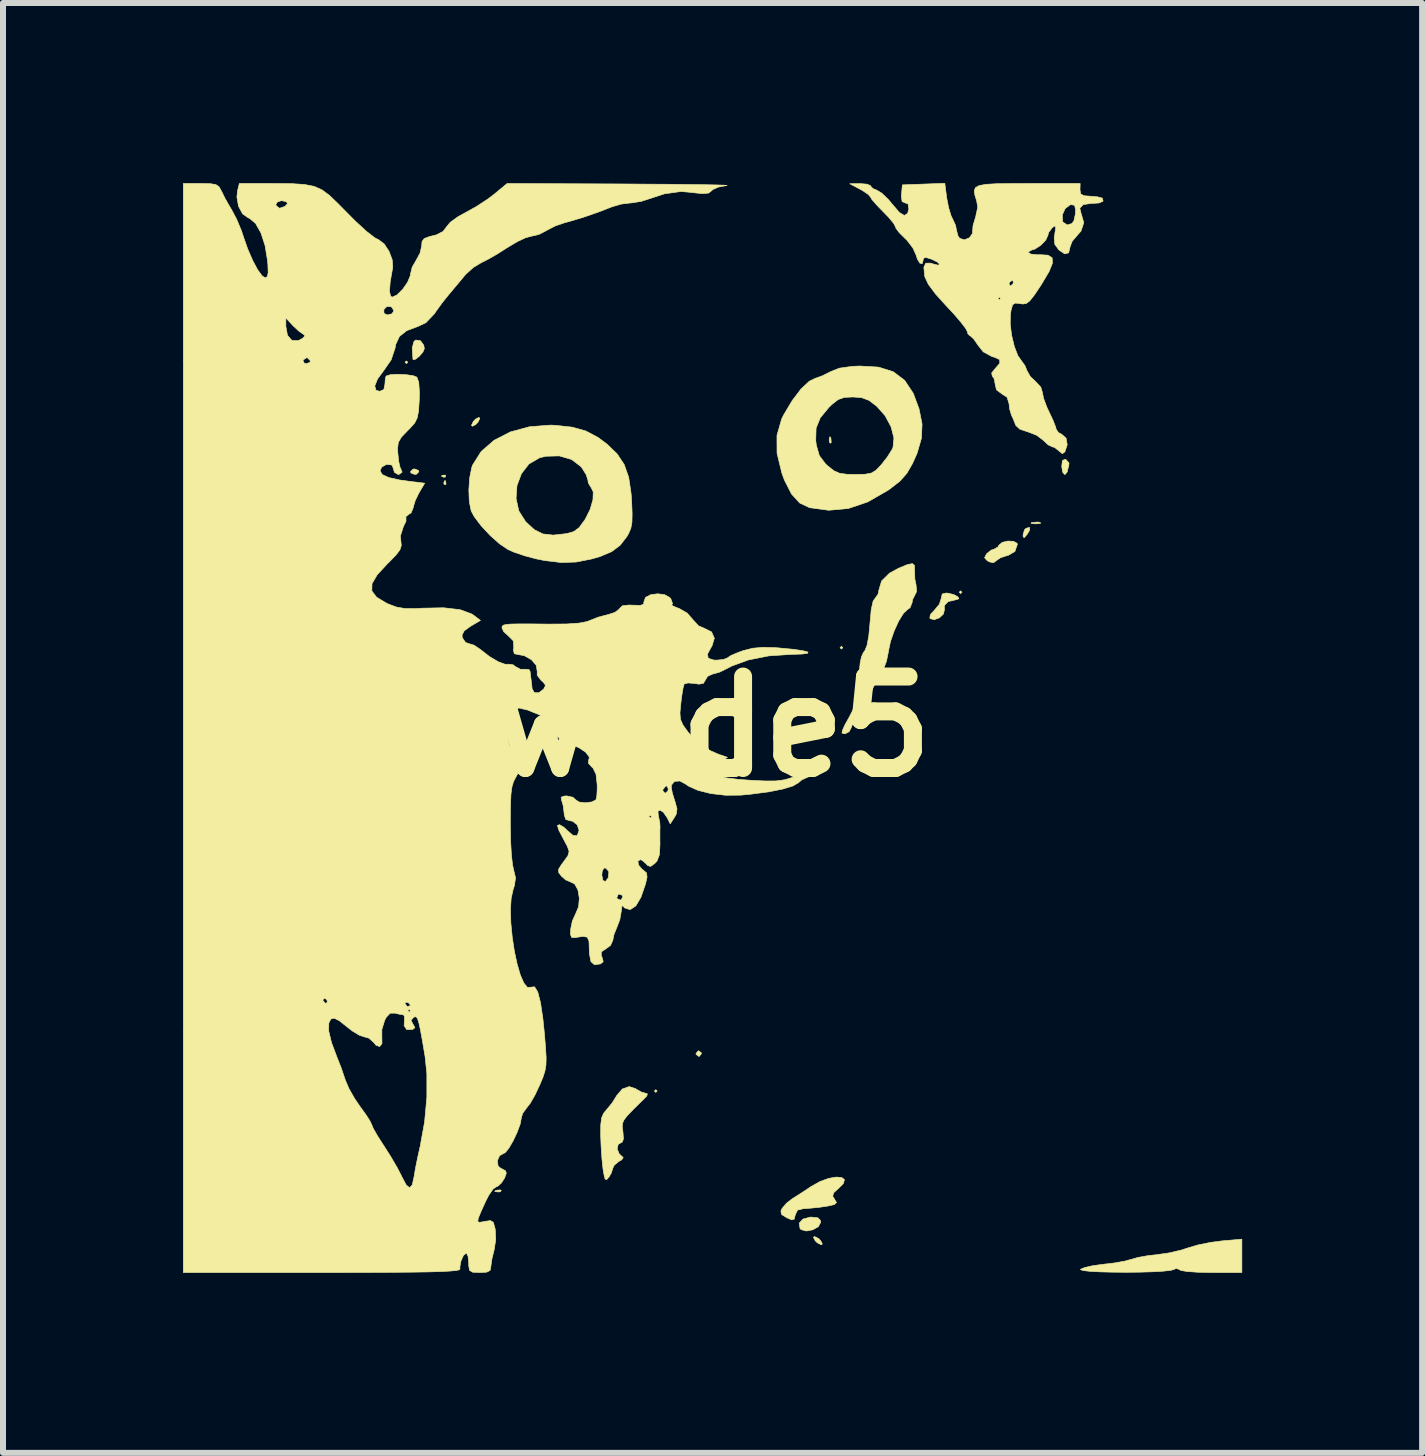
<source format=kicad_pcb>
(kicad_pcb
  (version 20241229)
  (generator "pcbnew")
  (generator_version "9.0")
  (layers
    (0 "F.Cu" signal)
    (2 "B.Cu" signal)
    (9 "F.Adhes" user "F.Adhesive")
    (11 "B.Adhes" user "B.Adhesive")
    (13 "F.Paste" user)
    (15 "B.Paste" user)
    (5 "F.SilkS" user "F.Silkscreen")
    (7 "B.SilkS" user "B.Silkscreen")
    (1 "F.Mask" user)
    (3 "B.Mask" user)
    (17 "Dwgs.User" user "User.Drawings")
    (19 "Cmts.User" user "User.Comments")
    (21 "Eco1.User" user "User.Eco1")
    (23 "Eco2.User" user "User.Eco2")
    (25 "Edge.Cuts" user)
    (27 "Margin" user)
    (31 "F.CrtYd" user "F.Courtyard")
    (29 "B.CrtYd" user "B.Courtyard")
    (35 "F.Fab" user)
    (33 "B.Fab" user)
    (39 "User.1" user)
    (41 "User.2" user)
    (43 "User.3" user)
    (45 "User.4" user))
  (footprint "wilde5"
    (layer "F.Cu")
    (at 8.826 9.06)
    (property "Reference" "wilde5" (at 0 0 0) (layer "F.SilkS") (effects (font (size 1.524 1.524) (thickness 0.3))))
    (attr through_hole)
    (fp_poly (pts (xy -5.08 -6.073) (xy -5.103 -6.05) (xy -5.126 -6.073) (xy -5.103 -6.096) (xy -5.08 -6.073)) (stroke (width 0.01) (type solid)) (fill yes) (layer "F.SilkS"))
    (fp_poly (pts (xy -0.924 6.073) (xy -0.947 6.096) (xy -0.97 6.073) (xy -0.947 6.05) (xy -0.924 6.073)) (stroke (width 0.01) (type solid)) (fill yes) (layer "F.SilkS"))
    (fp_poly (pts (xy 2.171 -1.316) (xy 2.147 -1.293) (xy 2.124 -1.316) (xy 2.147 -1.339) (xy 2.171 -1.316)) (stroke (width 0.01) (type solid)) (fill yes) (layer "F.SilkS"))
    (fp_poly (pts (xy 4.156 -2.24) (xy 4.133 -2.217) (xy 4.11 -2.24) (xy 4.133 -2.263) (xy 4.156 -2.24)) (stroke (width 0.01) (type solid)) (fill yes) (layer "F.SilkS"))
    (fp_poly (pts (xy -4.449 -4.187) (xy -4.455 -4.16) (xy -4.48 -4.156) (xy -4.518 -4.173) (xy -4.51 -4.187) (xy -4.456 -4.193) (xy -4.449 -4.187)) (stroke (width 0.01) (type solid)) (fill yes) (layer "F.SilkS"))
    (fp_poly (pts (xy -4.449 -4.095) (xy -4.443 -4.04) (xy -4.449 -4.033) (xy -4.476 -4.04) (xy -4.48 -4.064) (xy -4.463 -4.102) (xy -4.449 -4.095)) (stroke (width 0.01) (type solid)) (fill yes) (layer "F.SilkS"))
    (fp_poly (pts (xy -3.522 7.731) (xy -3.536 7.752) (xy -3.583 7.755) (xy -3.632 7.744) (xy -3.611 7.727) (xy -3.539 7.721) (xy -3.522 7.731)) (stroke (width 0.01) (type solid)) (fill yes) (layer "F.SilkS"))
    (fp_poly (pts (xy 1.971 -4.812) (xy 1.977 -4.739) (xy 1.968 -4.723) (xy 1.947 -4.737) (xy 1.943 -4.784) (xy 1.955 -4.833) (xy 1.971 -4.812)) (stroke (width 0.01) (type solid)) (fill yes) (layer "F.SilkS"))
    (fp_poly (pts (xy -4.903 -4.27) (xy -4.895 -4.249) (xy -4.933 -4.208) (xy -4.965 -4.203) (xy -5.026 -4.227) (xy -5.034 -4.249) (xy -4.996 -4.29) (xy -4.965 -4.295) (xy -4.903 -4.27)) (stroke (width 0.01) (type solid)) (fill yes) (layer "F.SilkS"))
    (fp_poly (pts (xy -3.879 -5.137) (xy -3.911 -5.072) (xy -3.949 -5.034) (xy -4.004 -5.006) (xy -4.018 -5.023) (xy -3.986 -5.088) (xy -3.949 -5.126) (xy -3.893 -5.154) (xy -3.879 -5.137)) (stroke (width 0.01) (type solid)) (fill yes) (layer "F.SilkS"))
    (fp_poly (pts (xy -3.049 0.682) (xy -3.048 0.693) (xy -3.084 0.737) (xy -3.097 0.739) (xy -3.124 0.711) (xy -3.117 0.693) (xy -3.076 0.649) (xy -3.068 0.647) (xy -3.049 0.682)) (stroke (width 0.01) (type solid)) (fill yes) (layer "F.SilkS"))
    (fp_poly (pts (xy -0.186 5.438) (xy -0.185 5.449) (xy -0.22 5.494) (xy -0.231 5.496) (xy -0.276 5.46) (xy -0.277 5.449) (xy -0.242 5.405) (xy -0.231 5.403) (xy -0.186 5.438)) (stroke (width 0.01) (type solid)) (fill yes) (layer "F.SilkS"))
    (fp_poly (pts (xy 1.763 8.529) (xy 1.801 8.567) (xy 1.829 8.622) (xy 1.812 8.636) (xy 1.747 8.604) (xy 1.709 8.567) (xy 1.681 8.511) (xy 1.697 8.497) (xy 1.763 8.529)) (stroke (width 0.01) (type solid)) (fill yes) (layer "F.SilkS"))
    (fp_poly (pts (xy 5.285 -3.278) (xy 5.243 -3.206) (xy 5.193 -3.148) (xy 5.176 -3.165) (xy 5.174 -3.195) (xy 5.198 -3.28) (xy 5.222 -3.304) (xy 5.281 -3.321) (xy 5.285 -3.278)) (stroke (width 0.01) (type solid)) (fill yes) (layer "F.SilkS"))
    (fp_poly (pts (xy 5.462 -3.402) (xy 5.463 -3.386) (xy 5.391 -3.38) (xy 5.38 -3.38) (xy 5.309 -3.387) (xy 5.315 -3.401) (xy 5.323 -3.403) (xy 5.424 -3.41) (xy 5.462 -3.402)) (stroke (width 0.01) (type solid)) (fill yes) (layer "F.SilkS"))
    (fp_poly (pts (xy -4.869 -6.432) (xy -4.814 -6.358) (xy -4.804 -6.299) (xy -4.828 -6.242) (xy -4.885 -6.176) (xy -4.948 -6.125) (xy -4.989 -6.115) (xy -4.994 -6.123) (xy -5.006 -6.312) (xy -4.977 -6.419) (xy -4.947 -6.443) (xy -4.869 -6.432)) (stroke (width 0.01) (type solid)) (fill yes) (layer "F.SilkS"))
    (fp_poly (pts (xy -3.036 0.318) (xy -3.037 0.33) (xy -3.05 0.407) (xy -3.059 0.487) (xy -3.079 0.573) (xy -3.107 0.6) (xy -3.129 0.56) (xy -3.134 0.459) (xy -3.132 0.427) (xy -3.112 0.32) (xy -3.08 0.27) (xy -3.071 0.27) (xy -3.036 0.318)) (stroke (width 0.01) (type solid)) (fill yes) (layer "F.SilkS"))
    (fp_poly (pts (xy 1.755 8.186) (xy 1.798 8.23) (xy 1.801 8.261) (xy 1.762 8.334) (xy 1.669 8.386) (xy 1.561 8.406) (xy 1.474 8.382) (xy 1.457 8.363) (xy 1.444 8.275) (xy 1.506 8.207) (xy 1.625 8.175) (xy 1.644 8.174) (xy 1.755 8.186)) (stroke (width 0.01) (type solid)) (fill yes) (layer "F.SilkS"))
    (fp_poly (pts (xy 5.891 -4.449) (xy 5.94 -4.393) (xy 5.937 -4.354) (xy 5.914 -4.268) (xy 5.911 -4.245) (xy 5.876 -4.204) (xy 5.865 -4.203) (xy 5.833 -4.243) (xy 5.819 -4.339) (xy 5.819 -4.34) (xy 5.83 -4.434) (xy 5.871 -4.455) (xy 5.891 -4.449)) (stroke (width 0.01) (type solid)) (fill yes) (layer "F.SilkS"))
    (fp_poly (pts (xy 3.925 -2.224) (xy 4.021 -2.2) (xy 4.088 -2.163) (xy 4.105 -2.131) (xy 4.073 -2.119) (xy 3.926 -2.084) (xy 3.862 -2.018) (xy 3.864 -1.948) (xy 3.846 -1.875) (xy 3.778 -1.813) (xy 3.694 -1.782) (xy 3.627 -1.8) (xy 3.62 -1.809) (xy 3.63 -1.869) (xy 3.698 -1.942) (xy 3.779 -2.038) (xy 3.809 -2.132) (xy 3.827 -2.211) (xy 3.896 -2.227) (xy 3.925 -2.224)) (stroke (width 0.01) (type solid)) (fill yes) (layer "F.SilkS"))
    (fp_poly (pts (xy 5.016 -3.088) (xy 5.075 -3.055) (xy 5.079 -3.036) (xy 5.038 -2.919) (xy 4.926 -2.854) (xy 4.904 -2.85) (xy 4.797 -2.814) (xy 4.747 -2.78) (xy 4.681 -2.731) (xy 4.613 -2.746) (xy 4.575 -2.768) (xy 4.533 -2.814) (xy 4.565 -2.878) (xy 4.569 -2.883) (xy 4.645 -2.943) (xy 4.688 -2.956) (xy 4.754 -2.993) (xy 4.773 -3.025) (xy 4.828 -3.071) (xy 4.922 -3.093) (xy 5.016 -3.088)) (stroke (width 0.01) (type solid)) (fill yes) (layer "F.SilkS"))
    (fp_poly (pts (xy 2.153 7.514) (xy 2.197 7.549) (xy 2.181 7.613) (xy 2.1 7.694) (xy 2.017 7.77) (xy 2.002 7.826) (xy 2.029 7.87) (xy 2.065 7.932) (xy 2.03 7.964) (xy 2.026 7.966) (xy 1.921 7.99) (xy 1.764 8.013) (xy 1.593 8.029) (xy 1.516 8.033) (xy 1.416 8.057) (xy 1.377 8.138) (xy 1.377 8.141) (xy 1.359 8.21) (xy 1.315 8.219) (xy 1.235 8.184) (xy 1.15 8.131) (xy 1.138 8.074) (xy 1.156 8.033) (xy 1.23 7.944) (xy 1.329 7.867) (xy 1.447 7.793) (xy 1.591 7.699) (xy 1.639 7.666) (xy 1.789 7.582) (xy 1.934 7.529) (xy 2.06 7.507) (xy 2.153 7.514)) (stroke (width 0.01) (type solid)) (fill yes) (layer "F.SilkS"))
    (fp_poly (pts (xy 8.821 9.098) (xy 8.315 9.098) (xy 8.085 9.093) (xy 7.909 9.081) (xy 7.804 9.063) (xy 7.78 9.049) (xy 7.726 9.028) (xy 7.697 9.044) (xy 7.634 9.062) (xy 7.504 9.076) (xy 7.325 9.086) (xy 7.113 9.092) (xy 6.887 9.094) (xy 6.663 9.092) (xy 6.457 9.087) (xy 6.289 9.078) (xy 6.174 9.065) (xy 6.13 9.048) (xy 6.132 9.044) (xy 6.202 9.014) (xy 6.336 8.984) (xy 6.506 8.961) (xy 6.521 8.959) (xy 6.707 8.937) (xy 6.873 8.907) (xy 6.981 8.877) (xy 6.982 8.877) (xy 7.095 8.845) (xy 7.26 8.816) (xy 7.398 8.801) (xy 7.601 8.772) (xy 7.81 8.724) (xy 7.92 8.688) (xy 8.09 8.638) (xy 8.303 8.595) (xy 8.486 8.571) (xy 8.821 8.542) (xy 8.821 9.098)) (stroke (width 0.01) (type solid)) (fill yes) (layer "F.SilkS"))
    (fp_poly (pts (xy -1.281 6.034) (xy -1.268 6.045) (xy -1.187 6.09) (xy -1.14 6.103) (xy -1.086 6.12) (xy -1.097 6.156) (xy -1.151 6.211) (xy -1.311 6.369) (xy -1.417 6.478) (xy -1.477 6.555) (xy -1.503 6.616) (xy -1.505 6.679) (xy -1.494 6.753) (xy -1.486 6.873) (xy -1.507 6.926) (xy -1.513 6.927) (xy -1.574 6.962) (xy -1.59 7.04) (xy -1.557 7.119) (xy -1.54 7.135) (xy -1.49 7.182) (xy -1.514 7.219) (xy -1.562 7.246) (xy -1.639 7.309) (xy -1.663 7.359) (xy -1.688 7.44) (xy -1.727 7.506) (xy -1.767 7.551) (xy -1.792 7.539) (xy -1.812 7.457) (xy -1.826 7.372) (xy -1.844 7.205) (xy -1.858 6.995) (xy -1.865 6.818) (xy -1.864 6.636) (xy -1.849 6.519) (xy -1.814 6.44) (xy -1.769 6.387) (xy -1.673 6.27) (xy -1.595 6.145) (xy -1.504 6.039) (xy -1.39 5.999) (xy -1.281 6.034)) (stroke (width 0.01) (type solid)) (fill yes) (layer "F.SilkS"))
    (fp_poly (pts (xy 3.365 -2.686) (xy 3.367 -2.603) (xy 3.366 -2.598) (xy 3.371 -2.458) (xy 3.391 -2.362) (xy 3.4 -2.251) (xy 3.376 -2.203) (xy 3.332 -2.115) (xy 3.325 -2.067) (xy 3.291 -1.982) (xy 3.253 -1.955) (xy 3.183 -1.891) (xy 3.103 -1.763) (xy 3.027 -1.597) (xy 2.965 -1.42) (xy 2.931 -1.258) (xy 2.93 -1.247) (xy 2.898 -1.09) (xy 2.846 -0.953) (xy 2.828 -0.924) (xy 2.749 -0.799) (xy 2.675 -0.649) (xy 2.592 -0.445) (xy 2.564 -0.371) (xy 2.499 -0.234) (xy 2.425 -0.128) (xy 2.398 -0.103) (xy 2.328 -0.03) (xy 2.309 0.021) (xy 2.276 0.084) (xy 2.208 0.12) (xy 2.156 0.108) (xy 2.165 0.059) (xy 2.212 -0.043) (xy 2.275 -0.154) (xy 2.366 -0.333) (xy 2.414 -0.507) (xy 2.432 -0.693) (xy 2.445 -0.915) (xy 2.46 -1.065) (xy 2.481 -1.163) (xy 2.511 -1.231) (xy 2.539 -1.269) (xy 2.574 -1.355) (xy 2.603 -1.51) (xy 2.622 -1.711) (xy 2.623 -1.723) (xy 2.644 -1.953) (xy 2.676 -2.093) (xy 2.708 -2.138) (xy 2.759 -2.21) (xy 2.772 -2.277) (xy 2.817 -2.428) (xy 2.948 -2.557) (xy 3.098 -2.639) (xy 3.247 -2.701) (xy 3.331 -2.717) (xy 3.365 -2.686)) (stroke (width 0.01) (type solid)) (fill yes) (layer "F.SilkS"))
    (fp_poly (pts (xy 2.764 -5.992) (xy 3.011 -5.915) (xy 3.201 -5.771) (xy 3.345 -5.554) (xy 3.441 -5.295) (xy 3.491 -5.043) (xy 3.481 -4.807) (xy 3.409 -4.558) (xy 3.333 -4.387) (xy 3.238 -4.222) (xy 3.121 -4.09) (xy 2.952 -3.959) (xy 2.925 -3.94) (xy 2.586 -3.745) (xy 2.261 -3.635) (xy 1.936 -3.606) (xy 1.617 -3.649) (xy 1.453 -3.726) (xy 1.315 -3.877) (xy 1.197 -4.109) (xy 1.155 -4.223) (xy 1.074 -4.557) (xy 1.073 -4.768) (xy 1.719 -4.768) (xy 1.729 -4.69) (xy 1.779 -4.516) (xy 1.884 -4.377) (xy 1.921 -4.344) (xy 2.022 -4.264) (xy 2.118 -4.222) (xy 2.245 -4.205) (xy 2.375 -4.203) (xy 2.539 -4.206) (xy 2.644 -4.225) (xy 2.722 -4.271) (xy 2.806 -4.358) (xy 2.815 -4.369) (xy 2.914 -4.496) (xy 2.99 -4.617) (xy 3.007 -4.654) (xy 3.022 -4.811) (xy 2.975 -4.996) (xy 2.874 -5.183) (xy 2.737 -5.338) (xy 2.607 -5.437) (xy 2.484 -5.483) (xy 2.338 -5.494) (xy 2.195 -5.487) (xy 2.092 -5.451) (xy 1.988 -5.369) (xy 1.937 -5.319) (xy 1.794 -5.146) (xy 1.725 -4.974) (xy 1.719 -4.768) (xy 1.073 -4.768) (xy 1.073 -4.854) (xy 1.151 -5.127) (xy 1.185 -5.196) (xy 1.329 -5.437) (xy 1.475 -5.629) (xy 1.611 -5.756) (xy 1.706 -5.803) (xy 1.829 -5.847) (xy 1.963 -5.914) (xy 1.966 -5.916) (xy 2.113 -5.974) (xy 2.324 -6.004) (xy 2.451 -6.01) (xy 2.764 -5.992)) (stroke (width 0.01) (type solid)) (fill yes) (layer "F.SilkS"))
    (fp_poly (pts (xy -2.623 -5.022) (xy -2.339 -4.991) (xy -2.112 -4.927) (xy -1.91 -4.82) (xy -1.763 -4.711) (xy -1.591 -4.546) (xy -1.473 -4.368) (xy -1.398 -4.155) (xy -1.358 -3.883) (xy -1.349 -3.756) (xy -1.341 -3.547) (xy -1.344 -3.405) (xy -1.363 -3.303) (xy -1.4 -3.217) (xy -1.426 -3.172) (xy -1.54 -3.023) (xy -1.683 -2.916) (xy -1.88 -2.833) (xy -2.017 -2.794) (xy -2.275 -2.743) (xy -2.523 -2.735) (xy -2.799 -2.768) (xy -2.943 -2.797) (xy -3.131 -2.847) (xy -3.313 -2.909) (xy -3.41 -2.952) (xy -3.551 -3.047) (xy -3.708 -3.187) (xy -3.857 -3.347) (xy -3.973 -3.501) (xy -4.023 -3.594) (xy -4.054 -3.745) (xy -4.057 -3.802) (xy -3.275 -3.802) (xy -3.229 -3.594) (xy -3.115 -3.414) (xy -3.113 -3.412) (xy -2.969 -3.281) (xy -2.827 -3.211) (xy -2.657 -3.192) (xy -2.432 -3.217) (xy -2.314 -3.25) (xy -2.224 -3.317) (xy -2.131 -3.444) (xy -2.121 -3.459) (xy -2.04 -3.622) (xy -1.994 -3.781) (xy -1.989 -3.913) (xy -2.028 -3.992) (xy -2.032 -3.995) (xy -2.071 -4.06) (xy -2.078 -4.109) (xy -2.107 -4.199) (xy -2.177 -4.312) (xy -2.196 -4.335) (xy -2.351 -4.453) (xy -2.556 -4.512) (xy -2.781 -4.506) (xy -2.885 -4.48) (xy -3.06 -4.378) (xy -3.186 -4.216) (xy -3.26 -4.017) (xy -3.275 -3.802) (xy -4.057 -3.802) (xy -4.062 -3.944) (xy -4.048 -4.15) (xy -4.013 -4.322) (xy -4.001 -4.357) (xy -3.857 -4.585) (xy -3.642 -4.772) (xy -3.369 -4.912) (xy -3.051 -4.998) (xy -2.702 -5.025) (xy -2.623 -5.022)) (stroke (width 0.01) (type solid)) (fill yes) (layer "F.SilkS"))
    (fp_poly (pts (xy 3.902 -8.811) (xy 3.933 -8.65) (xy 3.975 -8.513) (xy 3.999 -8.464) (xy 4.05 -8.353) (xy 4.064 -8.277) (xy 4.091 -8.176) (xy 4.117 -8.139) (xy 4.196 -8.113) (xy 4.28 -8.147) (xy 4.331 -8.219) (xy 4.333 -8.258) (xy 4.341 -8.353) (xy 4.378 -8.476) (xy 4.382 -8.484) (xy 4.391 -8.528) (xy 5.828 -8.528) (xy 5.833 -8.423) (xy 5.84 -8.408) (xy 5.911 -8.361) (xy 5.989 -8.385) (xy 6.022 -8.432) (xy 6.045 -8.537) (xy 6.05 -8.612) (xy 6.033 -8.69) (xy 5.97 -8.699) (xy 5.957 -8.695) (xy 5.876 -8.634) (xy 5.828 -8.528) (xy 4.391 -8.528) (xy 4.419 -8.659) (xy 4.401 -8.762) (xy 4.371 -8.859) (xy 4.361 -8.931) (xy 4.381 -8.983) (xy 4.442 -9.017) (xy 4.555 -9.038) (xy 4.73 -9.048) (xy 4.977 -9.051) (xy 5.26 -9.052) (xy 6.126 -9.052) (xy 6.123 -8.948) (xy 6.134 -8.879) (xy 6.19 -8.848) (xy 6.292 -8.84) (xy 6.413 -8.83) (xy 6.49 -8.81) (xy 6.496 -8.805) (xy 6.508 -8.757) (xy 6.44 -8.727) (xy 6.308 -8.719) (xy 6.178 -8.701) (xy 6.12 -8.64) (xy 6.143 -8.545) (xy 6.146 -8.539) (xy 6.186 -8.399) (xy 6.14 -8.259) (xy 6.073 -8.183) (xy 5.992 -8.087) (xy 5.957 -7.995) (xy 5.957 -7.992) (xy 5.934 -7.896) (xy 5.869 -7.879) (xy 5.773 -7.943) (xy 5.77 -7.946) (xy 5.704 -8.037) (xy 5.693 -8.146) (xy 5.703 -8.21) (xy 5.719 -8.315) (xy 5.707 -8.345) (xy 5.662 -8.317) (xy 5.661 -8.316) (xy 5.6 -8.235) (xy 5.588 -8.187) (xy 5.552 -8.108) (xy 5.468 -8.021) (xy 5.371 -7.958) (xy 5.322 -7.945) (xy 5.269 -7.916) (xy 5.265 -7.9) (xy 5.306 -7.875) (xy 5.409 -7.864) (xy 5.461 -7.865) (xy 5.591 -7.857) (xy 5.659 -7.813) (xy 5.664 -7.724) (xy 5.608 -7.584) (xy 5.489 -7.384) (xy 5.47 -7.353) (xy 5.363 -7.193) (xy 5.287 -7.097) (xy 5.228 -7.052) (xy 5.169 -7.043) (xy 5.125 -7.05) (xy 5.044 -7.059) (xy 5 -7.031) (xy 4.975 -6.943) (xy 4.964 -6.872) (xy 4.96 -6.71) (xy 4.984 -6.521) (xy 5.029 -6.334) (xy 5.088 -6.182) (xy 5.147 -6.098) (xy 5.208 -6.013) (xy 5.237 -5.938) (xy 5.295 -5.834) (xy 5.38 -5.754) (xy 5.47 -5.658) (xy 5.496 -5.572) (xy 5.516 -5.471) (xy 5.569 -5.329) (xy 5.611 -5.238) (xy 5.675 -5.102) (xy 5.717 -4.995) (xy 5.726 -4.956) (xy 5.765 -4.9) (xy 5.819 -4.872) (xy 5.891 -4.808) (xy 5.91 -4.698) (xy 5.872 -4.581) (xy 5.83 -4.548) (xy 5.775 -4.593) (xy 5.7 -4.653) (xy 5.66 -4.664) (xy 5.593 -4.696) (xy 5.51 -4.773) (xy 5.51 -4.774) (xy 5.399 -4.857) (xy 5.257 -4.912) (xy 5.245 -4.915) (xy 5.12 -4.958) (xy 5.053 -5.02) (xy 5.051 -5.025) (xy 5.008 -5.135) (xy 4.984 -5.183) (xy 4.95 -5.293) (xy 4.941 -5.381) (xy 4.908 -5.489) (xy 4.826 -5.542) (xy 4.731 -5.613) (xy 4.711 -5.7) (xy 4.692 -5.799) (xy 4.661 -5.844) (xy 4.651 -5.894) (xy 4.707 -5.964) (xy 4.787 -6.057) (xy 4.784 -6.117) (xy 4.694 -6.158) (xy 4.66 -6.166) (xy 4.511 -6.246) (xy 4.425 -6.355) (xy 4.356 -6.455) (xy 4.3 -6.509) (xy 4.29 -6.512) (xy 4.253 -6.549) (xy 4.249 -6.577) (xy 4.218 -6.636) (xy 4.136 -6.743) (xy 4.016 -6.883) (xy 3.906 -7) (xy 3.784 -7.135) (xy 4.757 -7.135) (xy 4.78 -7.112) (xy 4.803 -7.135) (xy 4.78 -7.158) (xy 4.757 -7.135) (xy 3.784 -7.135) (xy 3.718 -7.208) (xy 3.597 -7.37) (xy 3.588 -7.389) (xy 4.941 -7.389) (xy 4.957 -7.344) (xy 4.962 -7.343) (xy 5.001 -7.375) (xy 5.011 -7.389) (xy 5.007 -7.432) (xy 4.99 -7.435) (xy 4.943 -7.402) (xy 4.941 -7.389) (xy 3.588 -7.389) (xy 3.539 -7.493) (xy 3.534 -7.513) (xy 3.521 -7.656) (xy 3.552 -7.724) (xy 3.634 -7.725) (xy 3.673 -7.712) (xy 3.756 -7.691) (xy 3.787 -7.703) (xy 3.748 -7.742) (xy 3.655 -7.788) (xy 3.648 -7.791) (xy 3.552 -7.82) (xy 3.514 -7.805) (xy 3.51 -7.778) (xy 3.493 -7.715) (xy 3.455 -7.724) (xy 3.413 -7.792) (xy 3.393 -7.857) (xy 3.338 -7.978) (xy 3.24 -8.105) (xy 3.205 -8.139) (xy 3.11 -8.233) (xy 3.054 -8.309) (xy 3.048 -8.33) (xy 3.017 -8.388) (xy 2.936 -8.486) (xy 2.84 -8.585) (xy 2.732 -8.696) (xy 2.656 -8.784) (xy 2.632 -8.825) (xy 2.595 -8.869) (xy 2.502 -8.932) (xy 2.459 -8.956) (xy 2.286 -9.048) (xy 2.459 -9.05) (xy 2.571 -9.041) (xy 2.63 -9.018) (xy 2.632 -9.01) (xy 2.671 -8.968) (xy 2.736 -8.941) (xy 2.821 -8.89) (xy 2.928 -8.787) (xy 2.997 -8.704) (xy 3.113 -8.569) (xy 3.196 -8.519) (xy 3.25 -8.553) (xy 3.271 -8.628) (xy 3.258 -8.711) (xy 3.21 -8.728) (xy 3.158 -8.752) (xy 3.146 -8.837) (xy 3.149 -8.878) (xy 3.163 -9.029) (xy 3.517 -9.042) (xy 3.87 -9.055) (xy 3.902 -8.811)) (stroke (width 0.01) (type solid)) (fill yes) (layer "F.SilkS"))
    (fp_poly (pts (xy -8.37 -9.049) (xy -8.277 -9.033) (xy -8.224 -8.996) (xy -8.187 -8.928) (xy -8.185 -8.925) (xy -8.126 -8.805) (xy -8.043 -8.659) (xy -8.015 -8.613) (xy -7.932 -8.456) (xy -7.853 -8.267) (xy -7.824 -8.179) (xy -7.75 -7.966) (xy -7.666 -7.772) (xy -7.582 -7.614) (xy -7.507 -7.512) (xy -7.457 -7.481) (xy -7.421 -7.499) (xy -7.407 -7.564) (xy -7.411 -7.694) (xy -7.418 -7.77) (xy -7.459 -8.019) (xy -7.528 -8.23) (xy -7.617 -8.387) (xy -7.718 -8.472) (xy -7.738 -8.479) (xy -7.833 -8.546) (xy -7.901 -8.672) (xy -7.905 -8.697) (xy -7.28 -8.697) (xy -7.274 -8.683) (xy -7.218 -8.639) (xy -7.133 -8.668) (xy -7.119 -8.677) (xy -7.082 -8.721) (xy -7.109 -8.75) (xy -7.184 -8.766) (xy -7.254 -8.743) (xy -7.28 -8.697) (xy -7.905 -8.697) (xy -7.928 -8.825) (xy -7.917 -8.932) (xy -7.887 -9.052) (xy -7.286 -9.052) (xy -7.006 -9.049) (xy -6.798 -9.035) (xy -6.64 -9.004) (xy -6.51 -8.946) (xy -6.388 -8.856) (xy -6.251 -8.725) (xy -6.199 -8.672) (xy -5.955 -8.426) (xy -5.766 -8.252) (xy -5.628 -8.146) (xy -5.56 -8.111) (xy -5.472 -8.043) (xy -5.392 -7.921) (xy -5.339 -7.779) (xy -5.33 -7.654) (xy -5.331 -7.652) (xy -5.373 -7.412) (xy -5.385 -7.254) (xy -5.366 -7.173) (xy -5.339 -7.158) (xy -5.258 -7.196) (xy -5.165 -7.288) (xy -5.084 -7.405) (xy -5.037 -7.517) (xy -5.034 -7.548) (xy -5.006 -7.659) (xy -4.941 -7.771) (xy -4.875 -7.893) (xy -4.849 -8.01) (xy -4.842 -8.087) (xy -4.806 -8.134) (xy -4.718 -8.168) (xy -4.605 -8.195) (xy -4.492 -8.253) (xy -4.437 -8.326) (xy -4.372 -8.405) (xy -4.242 -8.499) (xy -4.127 -8.562) (xy -3.938 -8.667) (xy -3.744 -8.794) (xy -3.64 -8.873) (xy -3.424 -9.052) (xy -1.493 -9.044) (xy -1.09 -9.041) (xy -0.725 -9.039) (xy -0.406 -9.035) (xy -0.142 -9.032) (xy 0.06 -9.028) (xy 0.19 -9.024) (xy 0.242 -9.02) (xy 0.231 -9.017) (xy 0.095 -8.992) (xy 0.002 -8.95) (xy -0.014 -8.933) (xy -0.067 -8.892) (xy -0.176 -8.884) (xy -0.268 -8.893) (xy -0.406 -8.908) (xy -0.507 -8.917) (xy -0.531 -8.918) (xy -0.802 -8.88) (xy -1.033 -8.804) (xy -1.19 -8.754) (xy -1.344 -8.729) (xy -1.366 -8.728) (xy -1.522 -8.709) (xy -1.673 -8.665) (xy -1.905 -8.575) (xy -2.159 -8.487) (xy -2.391 -8.418) (xy -2.466 -8.398) (xy -2.621 -8.345) (xy -2.761 -8.273) (xy -2.773 -8.265) (xy -2.898 -8.201) (xy -3.017 -8.174) (xy -3.113 -8.149) (xy -3.253 -8.084) (xy -3.409 -7.991) (xy -3.418 -7.986) (xy -3.582 -7.881) (xy -3.74 -7.79) (xy -3.854 -7.733) (xy -3.985 -7.654) (xy -4.112 -7.54) (xy -4.131 -7.518) (xy -4.245 -7.381) (xy -4.369 -7.233) (xy -4.394 -7.204) (xy -4.508 -7.062) (xy -4.615 -6.913) (xy -4.635 -6.882) (xy -4.778 -6.732) (xy -4.9 -6.674) (xy -5.098 -6.599) (xy -5.219 -6.503) (xy -5.281 -6.37) (xy -5.291 -6.31) (xy -5.357 -6.113) (xy -5.474 -5.944) (xy -5.584 -5.793) (xy -5.63 -5.678) (xy -5.611 -5.607) (xy -5.548 -5.588) (xy -5.479 -5.618) (xy -5.461 -5.705) (xy -5.454 -5.802) (xy -5.441 -5.843) (xy -5.372 -5.865) (xy -5.25 -5.872) (xy -5.11 -5.866) (xy -4.99 -5.849) (xy -4.929 -5.825) (xy -4.897 -5.74) (xy -4.886 -5.572) (xy -4.889 -5.438) (xy -4.9 -5.261) (xy -4.922 -5.146) (xy -4.966 -5.059) (xy -5.044 -4.971) (xy -5.083 -4.933) (xy -5.188 -4.823) (xy -5.238 -4.736) (xy -5.25 -4.632) (xy -5.245 -4.548) (xy -5.23 -4.415) (xy -5.21 -4.325) (xy -5.201 -4.308) (xy -5.174 -4.241) (xy -5.225 -4.204) (xy -5.242 -4.203) (xy -5.303 -4.238) (xy -5.311 -4.269) (xy -5.336 -4.346) (xy -5.353 -4.362) (xy -5.435 -4.37) (xy -5.514 -4.326) (xy -5.542 -4.266) (xy -5.508 -4.203) (xy -5.403 -4.153) (xy -5.218 -4.111) (xy -5.066 -4.09) (xy -4.798 -4.057) (xy -4.893 -3.896) (xy -4.954 -3.772) (xy -4.986 -3.667) (xy -4.988 -3.651) (xy -5.024 -3.564) (xy -5.064 -3.537) (xy -5.113 -3.499) (xy -5.11 -3.478) (xy -5.11 -3.422) (xy -5.152 -3.337) (xy -5.203 -3.179) (xy -5.195 -3.093) (xy -5.188 -3.017) (xy -5.211 -2.946) (xy -5.277 -2.859) (xy -5.399 -2.734) (xy -5.423 -2.711) (xy -5.59 -2.53) (xy -5.676 -2.383) (xy -5.679 -2.262) (xy -5.6 -2.157) (xy -5.439 -2.06) (xy -5.403 -2.043) (xy -5.269 -1.993) (xy -5.133 -1.969) (xy -4.96 -1.967) (xy -4.841 -1.974) (xy -4.484 -1.981) (xy -4.208 -1.949) (xy -4.015 -1.878) (xy -3.978 -1.853) (xy -3.869 -1.77) (xy -4.032 -1.674) (xy -4.14 -1.596) (xy -4.176 -1.525) (xy -4.171 -1.481) (xy -4.118 -1.404) (xy -4.066 -1.385) (xy -3.975 -1.357) (xy -3.877 -1.291) (xy -3.717 -1.167) (xy -3.568 -1.079) (xy -3.452 -1.038) (xy -3.407 -1.041) (xy -3.325 -1.031) (xy -3.285 -1) (xy -3.199 -0.955) (xy -3.139 -0.957) (xy -3.06 -0.952) (xy -3.041 -0.917) (xy -3.029 -0.812) (xy -3.025 -0.785) (xy -3.012 -0.676) (xy -3.009 -0.635) (xy -2.972 -0.566) (xy -2.897 -0.564) (xy -2.815 -0.626) (xy -2.784 -0.688) (xy -2.825 -0.744) (xy -2.852 -0.764) (xy -2.923 -0.856) (xy -2.923 -0.923) (xy -2.939 -1.022) (xy -3.02 -1.116) (xy -3.137 -1.182) (xy -3.227 -1.199) (xy -3.305 -1.215) (xy -3.32 -1.277) (xy -3.313 -1.319) (xy -3.32 -1.428) (xy -3.4 -1.509) (xy -3.481 -1.582) (xy -3.51 -1.645) (xy -3.507 -1.671) (xy -3.491 -1.689) (xy -3.449 -1.701) (xy -3.368 -1.709) (xy -3.234 -1.712) (xy -3.036 -1.712) (xy -2.76 -1.709) (xy -2.715 -1.709) (xy -2.432 -1.711) (xy -2.228 -1.725) (xy -2.092 -1.751) (xy -2.046 -1.769) (xy -1.907 -1.824) (xy -1.752 -1.865) (xy -1.748 -1.865) (xy -1.63 -1.903) (xy -1.557 -1.957) (xy -1.552 -1.967) (xy -1.503 -2.014) (xy -1.393 -2.027) (xy -1.328 -2.024) (xy -1.204 -2.021) (xy -1.149 -2.041) (xy -1.144 -2.084) (xy -1.117 -2.155) (xy -1.031 -2.199) (xy -0.915 -2.214) (xy -0.798 -2.199) (xy -0.71 -2.149) (xy -0.693 -2.124) (xy -0.668 -2.052) (xy -0.68 -2.028) (xy -0.666 -2.013) (xy -0.586 -1.979) (xy -0.554 -1.967) (xy -0.423 -1.892) (xy -0.335 -1.791) (xy -0.334 -1.789) (xy -0.235 -1.68) (xy -0.14 -1.64) (xy -0.017 -1.578) (xy 0.029 -1.474) (xy -0.009 -1.346) (xy -0.02 -1.329) (xy -0.085 -1.21) (xy -0.073 -1.14) (xy 0.018 -1.11) (xy 0.067 -1.108) (xy 0.18 -1.119) (xy 0.248 -1.145) (xy 0.251 -1.149) (xy 0.306 -1.185) (xy 0.42 -1.234) (xy 0.508 -1.266) (xy 0.67 -1.307) (xy 0.845 -1.322) (xy 1.067 -1.315) (xy 1.12 -1.31) (xy 1.353 -1.288) (xy 1.51 -1.264) (xy 1.589 -1.243) (xy 1.586 -1.224) (xy 1.498 -1.21) (xy 1.322 -1.204) (xy 1.307 -1.204) (xy 0.936 -1.179) (xy 0.599 -1.112) (xy 0.319 -1.01) (xy 0.245 -0.971) (xy 0.121 -0.91) (xy 0.016 -0.879) (xy 0.000472 -0.877) (xy -0.082 -0.839) (xy -0.116 -0.784) (xy -0.153 -0.721) (xy -0.227 -0.708) (xy -0.298 -0.719) (xy -0.408 -0.728) (xy -0.472 -0.712) (xy -0.474 -0.708) (xy -0.492 -0.645) (xy -0.513 -0.519) (xy -0.529 -0.389) (xy -0.544 -0.229) (xy -0.536 -0.122) (xy -0.495 -0.029) (xy -0.411 0.088) (xy -0.406 0.095) (xy -0.265 0.256) (xy -0.114 0.367) (xy 0.086 0.455) (xy 0.113 0.465) (xy 0.248 0.512) (xy -0.066 0.703) (xy 0.032 0.783) (xy 0.11 0.824) (xy 0.237 0.855) (xy 0.429 0.879) (xy 0.636 0.894) (xy 0.877 0.906) (xy 1.057 0.905) (xy 1.205 0.885) (xy 1.352 0.84) (xy 1.529 0.766) (xy 1.638 0.716) (xy 1.738 0.678) (xy 1.795 0.672) (xy 1.797 0.674) (xy 1.79 0.718) (xy 1.728 0.777) (xy 1.64 0.826) (xy 1.593 0.839) (xy 1.488 0.886) (xy 1.432 0.934) (xy 1.339 0.989) (xy 1.167 1.041) (xy 0.928 1.088) (xy 0.634 1.126) (xy 0.467 1.142) (xy 0.22 1.144) (xy -0.027 1.116) (xy -0.244 1.062) (xy -0.406 0.989) (xy -0.443 0.961) (xy -0.545 0.906) (xy -0.636 0.913) (xy -0.686 0.975) (xy -0.689 1.009) (xy -0.672 1.102) (xy -0.633 1.23) (xy -0.627 1.247) (xy -0.593 1.369) (xy -0.605 1.457) (xy -0.637 1.514) (xy -0.706 1.62) (xy -0.757 1.518) (xy -0.82 1.427) (xy -0.878 1.391) (xy -0.911 1.412) (xy -0.904 1.483) (xy -0.88 1.597) (xy -0.876 1.663) (xy -0.878 1.747) (xy -0.878 1.885) (xy -0.877 1.965) (xy -0.886 2.133) (xy -0.926 2.239) (xy -0.961 2.278) (xy -1.032 2.33) (xy -1.081 2.316) (xy -1.107 2.287) (xy -1.174 2.228) (xy -1.206 2.217) (xy -1.246 2.245) (xy -1.232 2.31) (xy -1.174 2.378) (xy -1.158 2.389) (xy -1.102 2.437) (xy -1.092 2.506) (xy -1.117 2.619) (xy -1.194 2.843) (xy -1.279 2.987) (xy -1.368 3.047) (xy -1.383 3.048) (xy -1.467 3.021) (xy -1.493 2.99) (xy -1.51 2.988) (xy -1.52 3.06) (xy -1.521 3.071) (xy -1.546 3.216) (xy -1.594 3.342) (xy -1.643 3.463) (xy -1.663 3.562) (xy -1.701 3.646) (xy -1.776 3.702) (xy -1.854 3.753) (xy -1.856 3.814) (xy -1.843 3.84) (xy -1.823 3.917) (xy -1.867 3.954) (xy -1.968 3.969) (xy -2.028 3.916) (xy -2.053 3.784) (xy -2.055 3.714) (xy -2.06 3.574) (xy -2.089 3.508) (xy -2.165 3.496) (xy -2.286 3.515) (xy -2.348 3.514) (xy -2.369 3.462) (xy -2.366 3.378) (xy -2.337 3.238) (xy -2.285 3.125) (xy -2.233 3.002) (xy -2.221 2.858) (xy -2.222 2.853) (xy -1.597 2.853) (xy -1.591 2.867) (xy -1.535 2.89) (xy -1.52 2.884) (xy -1.497 2.828) (xy -1.503 2.813) (xy -1.559 2.79) (xy -1.574 2.796) (xy -1.597 2.853) (xy -2.222 2.853) (xy -2.244 2.723) (xy -2.298 2.623) (xy -2.373 2.586) (xy -2.447 2.555) (xy -2.516 2.495) (xy -2.535 2.471) (xy -1.847 2.471) (xy -1.828 2.564) (xy -1.785 2.581) (xy -1.737 2.515) (xy -1.737 2.513) (xy -1.729 2.416) (xy -1.778 2.359) (xy -1.804 2.355) (xy -1.836 2.395) (xy -1.847 2.471) (xy -2.535 2.471) (xy -2.565 2.432) (xy -2.567 2.377) (xy -2.517 2.297) (xy -2.482 2.251) (xy -2.411 2.151) (xy -2.391 2.081) (xy -2.419 1.999) (xy -2.451 1.938) (xy -2.514 1.819) (xy -2.561 1.729) (xy -2.566 1.718) (xy -2.586 1.647) (xy -2.551 1.634) (xy -2.478 1.677) (xy -2.422 1.731) (xy -2.325 1.814) (xy -2.261 1.817) (xy -2.255 1.812) (xy -2.225 1.728) (xy -2.256 1.637) (xy -2.331 1.577) (xy -2.37 1.57) (xy -2.446 1.548) (xy -2.462 1.501) (xy -1.062 1.501) (xy -1.039 1.524) (xy -1.016 1.501) (xy -1.039 1.478) (xy -1.062 1.501) (xy -2.462 1.501) (xy -2.473 1.467) (xy -2.474 1.443) (xy -2.49 1.316) (xy -2.514 1.235) (xy -2.524 1.176) (xy -2.466 1.156) (xy -2.428 1.155) (xy -2.328 1.177) (xy -2.281 1.22) (xy -2.225 1.257) (xy -2.121 1.269) (xy -2.012 1.255) (xy -1.945 1.221) (xy -1.93 1.162) (xy -1.924 1.065) (xy -0.831 1.065) (xy -0.796 1.107) (xy -0.785 1.108) (xy -0.745 1.071) (xy -0.739 1.036) (xy -0.761 0.989) (xy -0.785 0.993) (xy -0.83 1.052) (xy -0.831 1.065) (xy -1.924 1.065) (xy -1.923 1.043) (xy -1.924 0.963) (xy -1.943 0.793) (xy -1.992 0.692) (xy -2.016 0.67) (xy -2.07 0.61) (xy -2.068 0.575) (xy -2.054 0.508) (xy -2.113 0.428) (xy -2.228 0.351) (xy -2.327 0.309) (xy -2.502 0.23) (xy -2.638 0.131) (xy -2.715 0.029) (xy -2.725 -0.016) (xy -2.769 -0.11) (xy -2.894 -0.2) (xy -3.084 -0.277) (xy -3.226 -0.31) (xy -3.317 -0.293) (xy -3.371 -0.213) (xy -3.4 -0.059) (xy -3.407 0.018) (xy -3.412 0.192) (xy -3.386 0.314) (xy -3.338 0.401) (xy -3.247 0.551) (xy -3.216 0.666) (xy -3.243 0.776) (xy -3.28 0.844) (xy -3.318 0.917) (xy -3.344 1.004) (xy -3.36 1.123) (xy -3.368 1.291) (xy -3.371 1.528) (xy -3.371 1.613) (xy -3.367 1.887) (xy -3.354 2.122) (xy -3.335 2.298) (xy -3.316 2.387) (xy -3.284 2.52) (xy -3.303 2.65) (xy -3.324 2.713) (xy -3.357 2.862) (xy -3.369 3.054) (xy -3.362 3.275) (xy -3.339 3.508) (xy -3.304 3.74) (xy -3.258 3.954) (xy -3.205 4.137) (xy -3.146 4.272) (xy -3.086 4.346) (xy -3.026 4.342) (xy -3.026 4.342) (xy -2.967 4.336) (xy -2.914 4.422) (xy -2.868 4.6) (xy -2.828 4.87) (xy -2.803 5.112) (xy -2.784 5.349) (xy -2.774 5.517) (xy -2.777 5.64) (xy -2.794 5.74) (xy -2.827 5.842) (xy -2.88 5.969) (xy -2.882 5.974) (xy -2.959 6.137) (xy -3.037 6.274) (xy -3.098 6.353) (xy -3.166 6.446) (xy -3.187 6.517) (xy -3.206 6.622) (xy -3.256 6.758) (xy -3.323 6.901) (xy -3.394 7.024) (xy -3.456 7.1) (xy -3.481 7.112) (xy -3.55 7.15) (xy -3.586 7.233) (xy -3.576 7.318) (xy -3.549 7.348) (xy -3.473 7.391) (xy -3.451 7.4) (xy -3.438 7.444) (xy -3.467 7.524) (xy -3.521 7.607) (xy -3.581 7.661) (xy -3.602 7.667) (xy -3.658 7.706) (xy -3.729 7.807) (xy -3.779 7.905) (xy -3.86 8.083) (xy -3.905 8.193) (xy -3.914 8.247) (xy -3.887 8.262) (xy -3.827 8.252) (xy -3.797 8.246) (xy -3.702 8.232) (xy -3.654 8.262) (xy -3.627 8.358) (xy -3.622 8.383) (xy -3.614 8.548) (xy -3.64 8.718) (xy -3.642 8.727) (xy -3.677 8.867) (xy -3.694 8.985) (xy -3.695 8.999) (xy -3.708 9.063) (xy -3.766 9.092) (xy -3.879 9.098) (xy -3.998 9.093) (xy -4.05 9.063) (xy -4.064 8.984) (xy -4.064 8.936) (xy -4.075 8.829) (xy -4.101 8.776) (xy -4.107 8.775) (xy -4.153 8.814) (xy -4.193 8.904) (xy -4.212 9.004) (xy -4.21 9.04) (xy -4.225 9.054) (xy -4.28 9.065) (xy -4.382 9.074) (xy -4.537 9.082) (xy -4.751 9.088) (xy -5.03 9.092) (xy -5.381 9.095) (xy -5.81 9.097) (xy -6.322 9.098) (xy -6.51 9.098) (xy -8.821 9.098) (xy -8.821 5.069) (xy -6.399 5.069) (xy -6.351 5.266) (xy -6.254 5.525) (xy -6.247 5.542) (xy -6.186 5.698) (xy -6.128 5.869) (xy -6.12 5.893) (xy -6.061 6.032) (xy -5.965 6.2) (xy -5.872 6.336) (xy -5.775 6.47) (xy -5.707 6.578) (xy -5.68 6.637) (xy -5.68 6.637) (xy -5.656 6.695) (xy -5.592 6.808) (xy -5.5 6.953) (xy -5.474 6.992) (xy -5.36 7.172) (xy -5.254 7.354) (xy -5.178 7.502) (xy -5.175 7.509) (xy -5.104 7.642) (xy -5.048 7.685) (xy -5.005 7.636) (xy -4.974 7.496) (xy -4.974 7.493) (xy -4.951 7.358) (xy -4.914 7.174) (xy -4.874 6.997) (xy -4.8 6.591) (xy -4.762 6.175) (xy -4.762 5.783) (xy -4.792 5.496) (xy -4.837 5.231) (xy -4.871 5.045) (xy -4.898 4.925) (xy -4.921 4.859) (xy -4.944 4.835) (xy -4.971 4.839) (xy -4.985 4.847) (xy -5.026 4.895) (xy -4.994 4.957) (xy -4.961 5.016) (xy -4.997 5.046) (xy -5.097 5.05) (xy -5.141 4.984) (xy -5.137 4.916) (xy -5.134 4.831) (xy -5.155 4.802) (xy -5.229 4.791) (xy -5.294 4.775) (xy -5.373 4.776) (xy -5.437 4.842) (xy -5.465 4.895) (xy -5.512 5.048) (xy -5.512 5.17) (xy -5.51 5.282) (xy -5.549 5.332) (xy -5.61 5.31) (xy -5.644 5.267) (xy -5.727 5.192) (xy -5.799 5.172) (xy -5.887 5.143) (xy -6.008 5.07) (xy -6.083 5.011) (xy -6.22 4.902) (xy -6.308 4.858) (xy -6.363 4.874) (xy -6.396 4.941) (xy -6.399 5.069) (xy -8.821 5.069) (xy -8.821 4.734) (xy -5.08 4.734) (xy -5.057 4.757) (xy -5.034 4.734) (xy -5.057 4.711) (xy -5.08 4.734) (xy -8.821 4.734) (xy -8.821 4.554) (xy -6.496 4.554) (xy -6.489 4.572) (xy -6.447 4.616) (xy -6.44 4.618) (xy -6.438 4.615) (xy -5.126 4.615) (xy -5.093 4.662) (xy -5.08 4.664) (xy -5.035 4.649) (xy -5.034 4.644) (xy -5.066 4.605) (xy -5.08 4.595) (xy -5.123 4.599) (xy -5.126 4.615) (xy -6.438 4.615) (xy -6.42 4.582) (xy -6.419 4.572) (xy -6.455 4.528) (xy -6.468 4.526) (xy -6.496 4.554) (xy -8.821 4.554) (xy -8.821 -6.099) (xy -6.826 -6.099) (xy -6.804 -6.057) (xy -6.766 -6.05) (xy -6.708 -6.073) (xy -6.705 -6.099) (xy -6.753 -6.147) (xy -6.766 -6.149) (xy -6.82 -6.113) (xy -6.826 -6.099) (xy -8.821 -6.099) (xy -8.821 -6.67) (xy -7.112 -6.67) (xy -7.085 -6.521) (xy -7.013 -6.438) (xy -6.908 -6.432) (xy -6.835 -6.47) (xy -6.792 -6.515) (xy -6.826 -6.543) (xy -6.896 -6.592) (xy -6.989 -6.678) (xy -6.999 -6.689) (xy -7.112 -6.811) (xy -7.112 -6.67) (xy -8.821 -6.67) (xy -8.821 -6.95) (xy -5.48 -6.95) (xy -5.476 -6.887) (xy -5.418 -6.861) (xy -5.345 -6.88) (xy -5.311 -6.929) (xy -5.344 -6.987) (xy -5.361 -6.999) (xy -5.43 -7.001) (xy -5.48 -6.95) (xy -8.821 -6.95) (xy -8.821 -9.052) (xy -8.531 -9.052) (xy -8.37 -9.049)) (stroke (width 0.01) (type solid)) (fill yes) (layer "F.SilkS")))
  (gr_rect
    (start -3 -3)
    (end 20.651 21.163)
    (stroke (width 0.1) (type default))
    (fill no)
    (layer "Edge.Cuts")))
</source>
